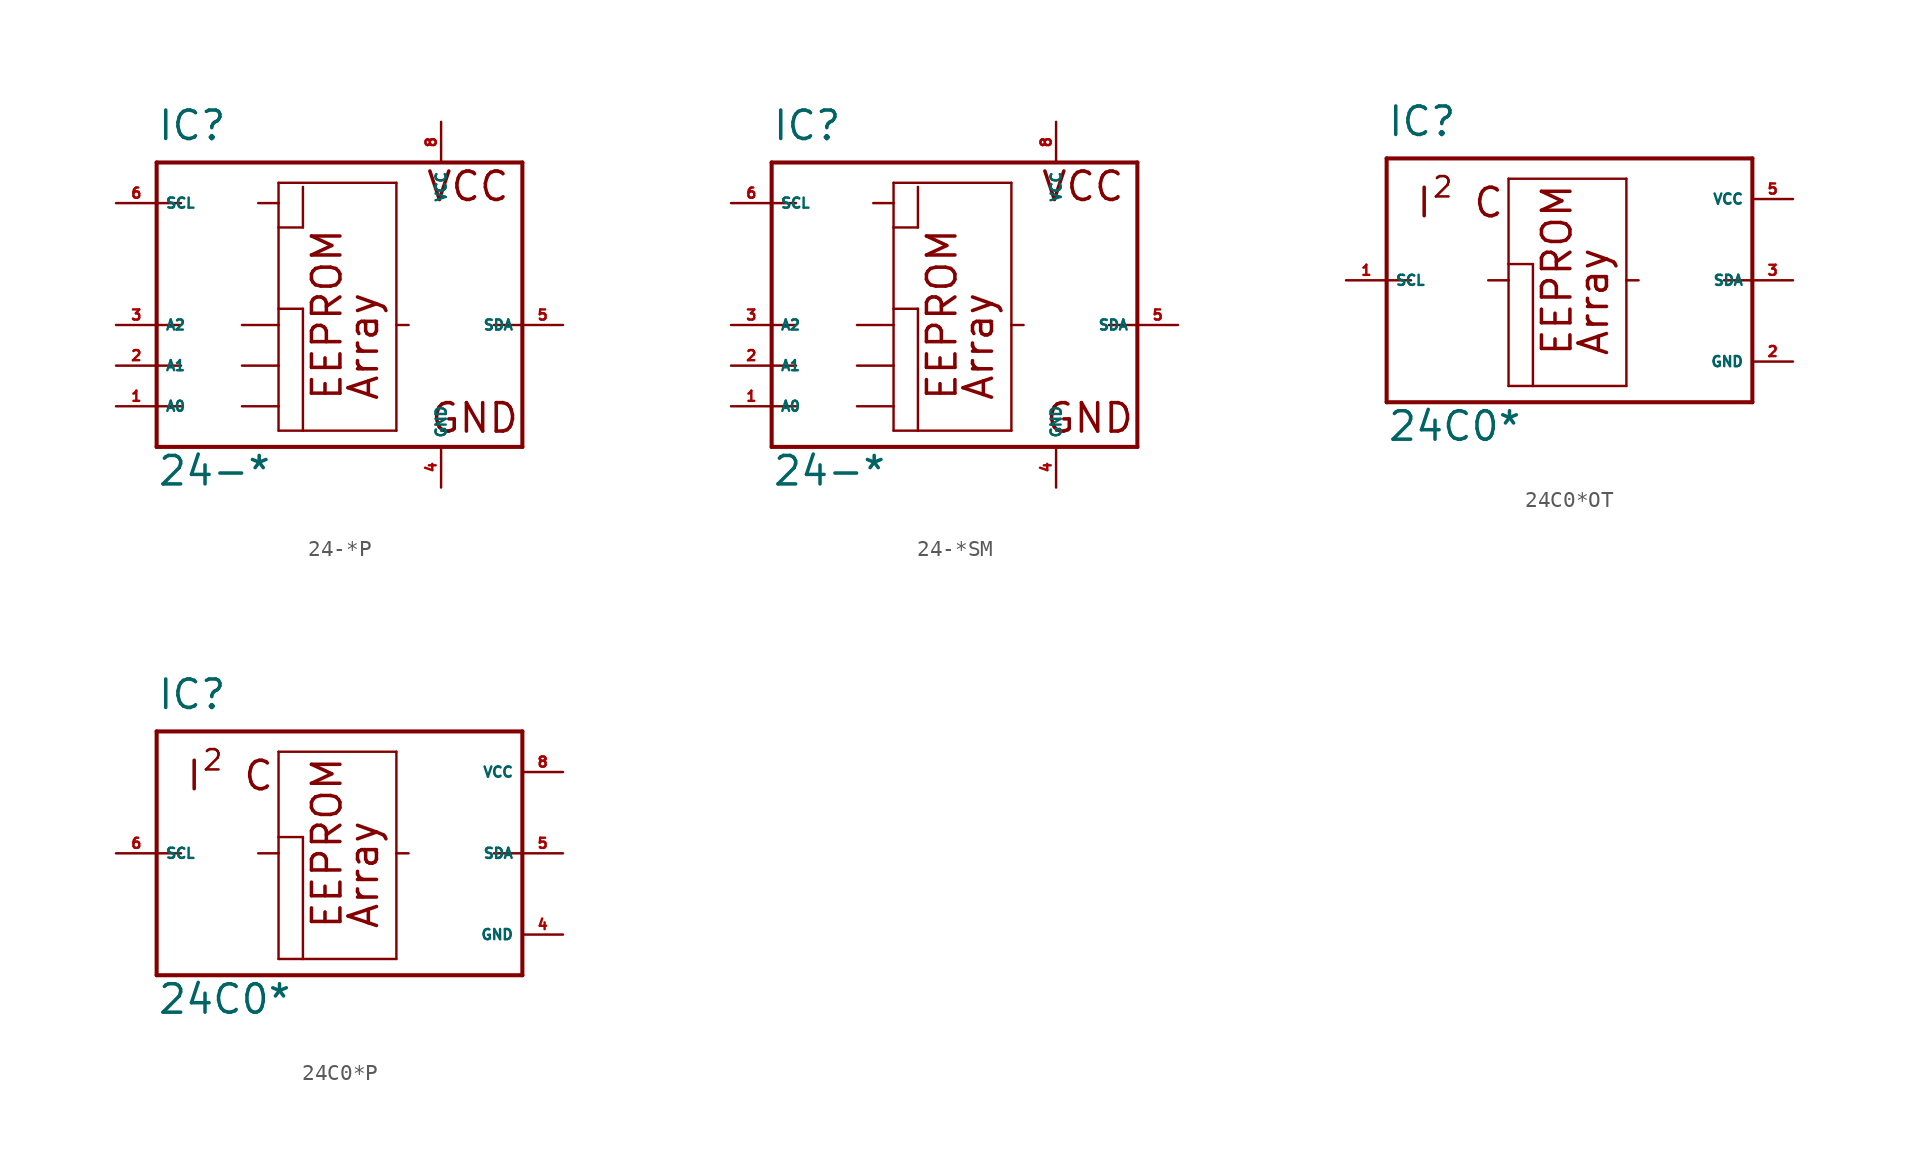
<source format=kicad_sym>
(kicad_symbol_lib
  (version 20220914)
  (generator Eagle2Kicad)
  (symbol "24-*P"
    (property "Reference" "IC"
      (at -10.16 11.43 0)
      (effects (font (size 1.778 1.778) (thickness 0.22)) (justify left bottom)))
    (property "Value" "24-*"
      (at -10.16 -10.16 0)
      (effects (font (size 1.778 1.778) (thickness 0.22)) (justify left bottom)))
    (polyline
      (pts (xy -10.16 10.16) (xy 12.7 10.16))
      (stroke (width 0.254) (type default))
      (fill (type none)))
    (polyline
      (pts (xy 12.7 10.16) (xy 12.7 0))
      (stroke (width 0.254) (type default))
      (fill (type none)))
    (polyline
      (pts (xy 12.7 0) (xy 12.7 -7.62))
      (stroke (width 0.254) (type default))
      (fill (type none)))
    (polyline
      (pts (xy 12.7 -7.62) (xy -10.16 -7.62))
      (stroke (width 0.254) (type default))
      (fill (type none)))
    (polyline
      (pts (xy -10.16 -7.62) (xy -10.16 -5.08))
      (stroke (width 0.254) (type default))
      (fill (type none)))
    (polyline
      (pts (xy -10.16 -5.08) (xy -10.16 -2.54))
      (stroke (width 0.254) (type default))
      (fill (type none)))
    (polyline
      (pts (xy -10.16 -2.54) (xy -10.16 0))
      (stroke (width 0.254) (type default))
      (fill (type none)))
    (polyline
      (pts (xy -10.16 0) (xy -10.16 7.62))
      (stroke (width 0.254) (type default))
      (fill (type none)))
    (polyline
      (pts (xy -10.16 7.62) (xy -10.16 10.16))
      (stroke (width 0.254) (type default))
      (fill (type none)))
    (polyline
      (pts (xy -2.54 8.89) (xy 4.826 8.89))
      (stroke (width 0.152) (type default))
      (fill (type none)))
    (polyline
      (pts (xy 4.826 8.89) (xy 4.826 0))
      (stroke (width 0.152) (type default))
      (fill (type none)))
    (polyline
      (pts (xy 4.826 0) (xy 4.826 -6.604))
      (stroke (width 0.152) (type default))
      (fill (type none)))
    (polyline
      (pts (xy 4.826 -6.604) (xy -1.016 -6.604))
      (stroke (width 0.152) (type default))
      (fill (type none)))
    (polyline
      (pts (xy -1.016 -6.604) (xy -2.54 -6.604))
      (stroke (width 0.152) (type default))
      (fill (type none)))
    (polyline
      (pts (xy -2.54 -6.604) (xy -2.54 -5.08))
      (stroke (width 0.152) (type default))
      (fill (type none)))
    (polyline
      (pts (xy -2.54 -5.08) (xy -2.54 -2.54))
      (stroke (width 0.152) (type default))
      (fill (type none)))
    (polyline
      (pts (xy -2.54 -2.54) (xy -2.54 0))
      (stroke (width 0.152) (type default))
      (fill (type none)))
    (polyline
      (pts (xy -2.54 0) (xy -2.54 1.016))
      (stroke (width 0.152) (type default))
      (fill (type none)))
    (polyline
      (pts (xy -2.54 1.016) (xy -2.54 6.096))
      (stroke (width 0.152) (type default))
      (fill (type none)))
    (polyline
      (pts (xy -2.54 6.096) (xy -2.54 7.62))
      (stroke (width 0.152) (type default))
      (fill (type none)))
    (polyline
      (pts (xy -2.54 7.62) (xy -2.54 8.89))
      (stroke (width 0.152) (type default))
      (fill (type none)))
    (polyline
      (pts (xy -4.826 0) (xy -2.54 0))
      (stroke (width 0.152) (type default))
      (fill (type none)))
    (polyline
      (pts (xy -4.826 -2.54) (xy -2.54 -2.54))
      (stroke (width 0.152) (type default))
      (fill (type none)))
    (polyline
      (pts (xy -4.826 -5.08) (xy -2.54 -5.08))
      (stroke (width 0.152) (type default))
      (fill (type none)))
    (polyline
      (pts (xy -10.16 0) (xy -8.636 0))
      (stroke (width 0.152) (type default))
      (fill (type none)))
    (polyline
      (pts (xy -10.16 -2.54) (xy -8.636 -2.54))
      (stroke (width 0.152) (type default))
      (fill (type none)))
    (polyline
      (pts (xy -10.16 -5.08) (xy -8.636 -5.08))
      (stroke (width 0.152) (type default))
      (fill (type none)))
    (polyline
      (pts (xy -10.16 7.62) (xy -8.636 7.62))
      (stroke (width 0.152) (type default))
      (fill (type none)))
    (polyline
      (pts (xy 12.7 0) (xy 10.922 0))
      (stroke (width 0.152) (type default))
      (fill (type none)))
    (polyline
      (pts (xy 5.588 0) (xy 4.826 0))
      (stroke (width 0.152) (type default))
      (fill (type none)))
    (polyline
      (pts (xy -1.016 8.636) (xy -1.016 6.096))
      (stroke (width 0.152) (type default))
      (fill (type none)))
    (polyline
      (pts (xy -1.016 1.016) (xy -1.016 -6.604))
      (stroke (width 0.152) (type default))
      (fill (type none)))
    (polyline
      (pts (xy -2.54 6.096) (xy -1.016 6.096))
      (stroke (width 0.152) (type default))
      (fill (type none)))
    (polyline
      (pts (xy -3.81 7.62) (xy -2.54 7.62))
      (stroke (width 0.152) (type default))
      (fill (type none)))
    (polyline
      (pts (xy -2.54 1.016) (xy -1.016 1.016))
      (stroke (width 0.152) (type default))
      (fill (type none)))
    (text "Array"
      (at 3.81 -4.826 900)
      (effects (font (size 1.778 1.778) (thickness 0.22)) (justify left bottom)))
    (text "VCC"
      (at 6.604 7.62 0)
      (effects (font (size 1.778 1.778) (thickness 0.22)) (justify left bottom)))
    (text "GND"
      (at 6.858 -6.858 0)
      (effects (font (size 1.778 1.778) (thickness 0.22)) (justify left bottom)))
    (text "EEPROM"
      (at 1.524 -4.826 900)
      (effects (font (size 1.778 1.778) (thickness 0.22)) (justify left bottom)))
    (pin unspecified line
      (at 7.62 12.7 270)
      (length 2.54)
      (name "VCC" (effects (font (size 0.635 0.635) (thickness 0.08)) (justify left bottom)))
      (number "8" (effects (font (size 0.635 0.635) (thickness 0.08)) (justify left bottom))))
    (pin unspecified line
      (at 7.62 -10.16 90)
      (length 2.54)
      (name "GND" (effects (font (size 0.635 0.635) (thickness 0.08)) (justify left bottom)))
      (number "4" (effects (font (size 0.635 0.635) (thickness 0.08)) (justify left bottom))))
    (pin input line
      (at -12.7 7.62 0)
      (length 2.54)
      (name "SCL" (effects (font (size 0.635 0.635) (thickness 0.08)) (justify left bottom)))
      (number "6" (effects (font (size 0.635 0.635) (thickness 0.08)) (justify left bottom))))
    (pin bidirectional line
      (at 15.24 0 180)
      (length 2.54)
      (name "SDA" (effects (font (size 0.635 0.635) (thickness 0.08)) (justify left bottom)))
      (number "5" (effects (font (size 0.635 0.635) (thickness 0.08)) (justify left bottom))))
    (pin input line
      (at -12.7 -5.08 0)
      (length 2.54)
      (name "A0" (effects (font (size 0.635 0.635) (thickness 0.08)) (justify left bottom)))
      (number "1" (effects (font (size 0.635 0.635) (thickness 0.08)) (justify left bottom))))
    (pin input line
      (at -12.7 -2.54 0)
      (length 2.54)
      (name "A1" (effects (font (size 0.635 0.635) (thickness 0.08)) (justify left bottom)))
      (number "2" (effects (font (size 0.635 0.635) (thickness 0.08)) (justify left bottom))))
    (pin input line
      (at -12.7 0 0)
      (length 2.54)
      (name "A2" (effects (font (size 0.635 0.635) (thickness 0.08)) (justify left bottom)))
      (number "3" (effects (font (size 0.635 0.635) (thickness 0.08)) (justify left bottom)))))
  (symbol "24-*SM"
    (property "Reference" "IC"
      (at -10.16 11.43 0)
      (effects (font (size 1.778 1.778) (thickness 0.22)) (justify left bottom)))
    (property "Value" "24-*"
      (at -10.16 -10.16 0)
      (effects (font (size 1.778 1.778) (thickness 0.22)) (justify left bottom)))
    (polyline
      (pts (xy -10.16 10.16) (xy 12.7 10.16))
      (stroke (width 0.254) (type default))
      (fill (type none)))
    (polyline
      (pts (xy 12.7 10.16) (xy 12.7 0))
      (stroke (width 0.254) (type default))
      (fill (type none)))
    (polyline
      (pts (xy 12.7 0) (xy 12.7 -7.62))
      (stroke (width 0.254) (type default))
      (fill (type none)))
    (polyline
      (pts (xy 12.7 -7.62) (xy -10.16 -7.62))
      (stroke (width 0.254) (type default))
      (fill (type none)))
    (polyline
      (pts (xy -10.16 -7.62) (xy -10.16 -5.08))
      (stroke (width 0.254) (type default))
      (fill (type none)))
    (polyline
      (pts (xy -10.16 -5.08) (xy -10.16 -2.54))
      (stroke (width 0.254) (type default))
      (fill (type none)))
    (polyline
      (pts (xy -10.16 -2.54) (xy -10.16 0))
      (stroke (width 0.254) (type default))
      (fill (type none)))
    (polyline
      (pts (xy -10.16 0) (xy -10.16 7.62))
      (stroke (width 0.254) (type default))
      (fill (type none)))
    (polyline
      (pts (xy -10.16 7.62) (xy -10.16 10.16))
      (stroke (width 0.254) (type default))
      (fill (type none)))
    (polyline
      (pts (xy -2.54 8.89) (xy 4.826 8.89))
      (stroke (width 0.152) (type default))
      (fill (type none)))
    (polyline
      (pts (xy 4.826 8.89) (xy 4.826 0))
      (stroke (width 0.152) (type default))
      (fill (type none)))
    (polyline
      (pts (xy 4.826 0) (xy 4.826 -6.604))
      (stroke (width 0.152) (type default))
      (fill (type none)))
    (polyline
      (pts (xy 4.826 -6.604) (xy -1.016 -6.604))
      (stroke (width 0.152) (type default))
      (fill (type none)))
    (polyline
      (pts (xy -1.016 -6.604) (xy -2.54 -6.604))
      (stroke (width 0.152) (type default))
      (fill (type none)))
    (polyline
      (pts (xy -2.54 -6.604) (xy -2.54 -5.08))
      (stroke (width 0.152) (type default))
      (fill (type none)))
    (polyline
      (pts (xy -2.54 -5.08) (xy -2.54 -2.54))
      (stroke (width 0.152) (type default))
      (fill (type none)))
    (polyline
      (pts (xy -2.54 -2.54) (xy -2.54 0))
      (stroke (width 0.152) (type default))
      (fill (type none)))
    (polyline
      (pts (xy -2.54 0) (xy -2.54 1.016))
      (stroke (width 0.152) (type default))
      (fill (type none)))
    (polyline
      (pts (xy -2.54 1.016) (xy -2.54 6.096))
      (stroke (width 0.152) (type default))
      (fill (type none)))
    (polyline
      (pts (xy -2.54 6.096) (xy -2.54 7.62))
      (stroke (width 0.152) (type default))
      (fill (type none)))
    (polyline
      (pts (xy -2.54 7.62) (xy -2.54 8.89))
      (stroke (width 0.152) (type default))
      (fill (type none)))
    (polyline
      (pts (xy -4.826 0) (xy -2.54 0))
      (stroke (width 0.152) (type default))
      (fill (type none)))
    (polyline
      (pts (xy -4.826 -2.54) (xy -2.54 -2.54))
      (stroke (width 0.152) (type default))
      (fill (type none)))
    (polyline
      (pts (xy -4.826 -5.08) (xy -2.54 -5.08))
      (stroke (width 0.152) (type default))
      (fill (type none)))
    (polyline
      (pts (xy -10.16 0) (xy -8.636 0))
      (stroke (width 0.152) (type default))
      (fill (type none)))
    (polyline
      (pts (xy -10.16 -2.54) (xy -8.636 -2.54))
      (stroke (width 0.152) (type default))
      (fill (type none)))
    (polyline
      (pts (xy -10.16 -5.08) (xy -8.636 -5.08))
      (stroke (width 0.152) (type default))
      (fill (type none)))
    (polyline
      (pts (xy -10.16 7.62) (xy -8.636 7.62))
      (stroke (width 0.152) (type default))
      (fill (type none)))
    (polyline
      (pts (xy 12.7 0) (xy 10.922 0))
      (stroke (width 0.152) (type default))
      (fill (type none)))
    (polyline
      (pts (xy 5.588 0) (xy 4.826 0))
      (stroke (width 0.152) (type default))
      (fill (type none)))
    (polyline
      (pts (xy -1.016 8.636) (xy -1.016 6.096))
      (stroke (width 0.152) (type default))
      (fill (type none)))
    (polyline
      (pts (xy -1.016 1.016) (xy -1.016 -6.604))
      (stroke (width 0.152) (type default))
      (fill (type none)))
    (polyline
      (pts (xy -2.54 6.096) (xy -1.016 6.096))
      (stroke (width 0.152) (type default))
      (fill (type none)))
    (polyline
      (pts (xy -3.81 7.62) (xy -2.54 7.62))
      (stroke (width 0.152) (type default))
      (fill (type none)))
    (polyline
      (pts (xy -2.54 1.016) (xy -1.016 1.016))
      (stroke (width 0.152) (type default))
      (fill (type none)))
    (text "Array"
      (at 3.81 -4.826 900)
      (effects (font (size 1.778 1.778) (thickness 0.22)) (justify left bottom)))
    (text "VCC"
      (at 6.604 7.62 0)
      (effects (font (size 1.778 1.778) (thickness 0.22)) (justify left bottom)))
    (text "GND"
      (at 6.858 -6.858 0)
      (effects (font (size 1.778 1.778) (thickness 0.22)) (justify left bottom)))
    (text "EEPROM"
      (at 1.524 -4.826 900)
      (effects (font (size 1.778 1.778) (thickness 0.22)) (justify left bottom)))
    (pin unspecified line
      (at 7.62 12.7 270)
      (length 2.54)
      (name "VCC" (effects (font (size 0.635 0.635) (thickness 0.08)) (justify left bottom)))
      (number "8" (effects (font (size 0.635 0.635) (thickness 0.08)) (justify left bottom))))
    (pin unspecified line
      (at 7.62 -10.16 90)
      (length 2.54)
      (name "GND" (effects (font (size 0.635 0.635) (thickness 0.08)) (justify left bottom)))
      (number "4" (effects (font (size 0.635 0.635) (thickness 0.08)) (justify left bottom))))
    (pin input line
      (at -12.7 7.62 0)
      (length 2.54)
      (name "SCL" (effects (font (size 0.635 0.635) (thickness 0.08)) (justify left bottom)))
      (number "6" (effects (font (size 0.635 0.635) (thickness 0.08)) (justify left bottom))))
    (pin bidirectional line
      (at 15.24 0 180)
      (length 2.54)
      (name "SDA" (effects (font (size 0.635 0.635) (thickness 0.08)) (justify left bottom)))
      (number "5" (effects (font (size 0.635 0.635) (thickness 0.08)) (justify left bottom))))
    (pin input line
      (at -12.7 -5.08 0)
      (length 2.54)
      (name "A0" (effects (font (size 0.635 0.635) (thickness 0.08)) (justify left bottom)))
      (number "1" (effects (font (size 0.635 0.635) (thickness 0.08)) (justify left bottom))))
    (pin input line
      (at -12.7 -2.54 0)
      (length 2.54)
      (name "A1" (effects (font (size 0.635 0.635) (thickness 0.08)) (justify left bottom)))
      (number "2" (effects (font (size 0.635 0.635) (thickness 0.08)) (justify left bottom))))
    (pin input line
      (at -12.7 0 0)
      (length 2.54)
      (name "A2" (effects (font (size 0.635 0.635) (thickness 0.08)) (justify left bottom)))
      (number "3" (effects (font (size 0.635 0.635) (thickness 0.08)) (justify left bottom)))))
  (symbol "24C0*OT"
    (property "Reference" "IC"
      (at -10.16 8.89 0)
      (effects (font (size 1.778 1.778) (thickness 0.22)) (justify left bottom)))
    (property "Value" "24C0*"
      (at -10.16 -10.16 0)
      (effects (font (size 1.778 1.778) (thickness 0.22)) (justify left bottom)))
    (polyline
      (pts (xy -10.16 7.62) (xy 12.7 7.62))
      (stroke (width 0.254) (type default))
      (fill (type none)))
    (polyline
      (pts (xy 12.7 7.62) (xy 12.7 0))
      (stroke (width 0.254) (type default))
      (fill (type none)))
    (polyline
      (pts (xy 12.7 0) (xy 12.7 -7.62))
      (stroke (width 0.254) (type default))
      (fill (type none)))
    (polyline
      (pts (xy 12.7 -7.62) (xy -10.16 -7.62))
      (stroke (width 0.254) (type default))
      (fill (type none)))
    (polyline
      (pts (xy -10.16 -7.62) (xy -10.16 0))
      (stroke (width 0.254) (type default))
      (fill (type none)))
    (polyline
      (pts (xy -10.16 0) (xy -10.16 7.62))
      (stroke (width 0.254) (type default))
      (fill (type none)))
    (polyline
      (pts (xy -2.54 6.35) (xy 4.826 6.35))
      (stroke (width 0.152) (type default))
      (fill (type none)))
    (polyline
      (pts (xy 4.826 6.35) (xy 4.826 0))
      (stroke (width 0.152) (type default))
      (fill (type none)))
    (polyline
      (pts (xy 4.826 0) (xy 4.826 -6.604))
      (stroke (width 0.152) (type default))
      (fill (type none)))
    (polyline
      (pts (xy 4.826 -6.604) (xy -1.016 -6.604))
      (stroke (width 0.152) (type default))
      (fill (type none)))
    (polyline
      (pts (xy -1.016 -6.604) (xy -2.54 -6.604))
      (stroke (width 0.152) (type default))
      (fill (type none)))
    (polyline
      (pts (xy -2.54 -6.604) (xy -2.54 0))
      (stroke (width 0.152) (type default))
      (fill (type none)))
    (polyline
      (pts (xy -2.54 0) (xy -2.54 1.016))
      (stroke (width 0.152) (type default))
      (fill (type none)))
    (polyline
      (pts (xy -2.54 1.016) (xy -2.54 6.35))
      (stroke (width 0.152) (type default))
      (fill (type none)))
    (polyline
      (pts (xy -10.16 0) (xy -8.636 0))
      (stroke (width 0.152) (type default))
      (fill (type none)))
    (polyline
      (pts (xy -3.81 0) (xy -2.54 0))
      (stroke (width 0.152) (type default))
      (fill (type none)))
    (polyline
      (pts (xy 12.7 0) (xy 10.922 0))
      (stroke (width 0.152) (type default))
      (fill (type none)))
    (polyline
      (pts (xy 5.588 0) (xy 4.826 0))
      (stroke (width 0.152) (type default))
      (fill (type none)))
    (polyline
      (pts (xy -2.54 1.016) (xy -1.016 1.016))
      (stroke (width 0.152) (type default))
      (fill (type none)))
    (polyline
      (pts (xy -1.016 1.016) (xy -1.016 -6.604))
      (stroke (width 0.152) (type default))
      (fill (type none)))
    (text "Array"
      (at 3.81 -4.826 900)
      (effects (font (size 1.778 1.778) (thickness 0.22)) (justify left bottom)))
    (text "EEPROM"
      (at 1.524 -4.826 900)
      (effects (font (size 1.778 1.778) (thickness 0.22)) (justify left bottom)))
    (text "I  C"
      (at -8.382 3.81 0)
      (effects (font (size 1.778 1.778) (thickness 0.22)) (justify left bottom)))
    (text "2"
      (at -7.366 5.08 0)
      (effects (font (size 1.27 1.27) (thickness 0.16)) (justify left bottom)))
    (pin unspecified line
      (at 15.24 5.08 180)
      (length 2.54)
      (name "VCC" (effects (font (size 0.635 0.635) (thickness 0.08)) (justify left bottom)))
      (number "5" (effects (font (size 0.635 0.635) (thickness 0.08)) (justify left bottom))))
    (pin unspecified line
      (at 15.24 -5.08 180)
      (length 2.54)
      (name "GND" (effects (font (size 0.635 0.635) (thickness 0.08)) (justify left bottom)))
      (number "2" (effects (font (size 0.635 0.635) (thickness 0.08)) (justify left bottom))))
    (pin input line
      (at -12.7 0 0)
      (length 2.54)
      (name "SCL" (effects (font (size 0.635 0.635) (thickness 0.08)) (justify left bottom)))
      (number "1" (effects (font (size 0.635 0.635) (thickness 0.08)) (justify left bottom))))
    (pin bidirectional line
      (at 15.24 0 180)
      (length 2.54)
      (name "SDA" (effects (font (size 0.635 0.635) (thickness 0.08)) (justify left bottom)))
      (number "3" (effects (font (size 0.635 0.635) (thickness 0.08)) (justify left bottom)))))
  (symbol "24C0*P"
    (property "Reference" "IC"
      (at -10.16 8.89 0)
      (effects (font (size 1.778 1.778) (thickness 0.22)) (justify left bottom)))
    (property "Value" "24C0*"
      (at -10.16 -10.16 0)
      (effects (font (size 1.778 1.778) (thickness 0.22)) (justify left bottom)))
    (polyline
      (pts (xy -10.16 7.62) (xy 12.7 7.62))
      (stroke (width 0.254) (type default))
      (fill (type none)))
    (polyline
      (pts (xy 12.7 7.62) (xy 12.7 0))
      (stroke (width 0.254) (type default))
      (fill (type none)))
    (polyline
      (pts (xy 12.7 0) (xy 12.7 -7.62))
      (stroke (width 0.254) (type default))
      (fill (type none)))
    (polyline
      (pts (xy 12.7 -7.62) (xy -10.16 -7.62))
      (stroke (width 0.254) (type default))
      (fill (type none)))
    (polyline
      (pts (xy -10.16 -7.62) (xy -10.16 0))
      (stroke (width 0.254) (type default))
      (fill (type none)))
    (polyline
      (pts (xy -10.16 0) (xy -10.16 7.62))
      (stroke (width 0.254) (type default))
      (fill (type none)))
    (polyline
      (pts (xy -2.54 6.35) (xy 4.826 6.35))
      (stroke (width 0.152) (type default))
      (fill (type none)))
    (polyline
      (pts (xy 4.826 6.35) (xy 4.826 0))
      (stroke (width 0.152) (type default))
      (fill (type none)))
    (polyline
      (pts (xy 4.826 0) (xy 4.826 -6.604))
      (stroke (width 0.152) (type default))
      (fill (type none)))
    (polyline
      (pts (xy 4.826 -6.604) (xy -1.016 -6.604))
      (stroke (width 0.152) (type default))
      (fill (type none)))
    (polyline
      (pts (xy -1.016 -6.604) (xy -2.54 -6.604))
      (stroke (width 0.152) (type default))
      (fill (type none)))
    (polyline
      (pts (xy -2.54 -6.604) (xy -2.54 0))
      (stroke (width 0.152) (type default))
      (fill (type none)))
    (polyline
      (pts (xy -2.54 0) (xy -2.54 1.016))
      (stroke (width 0.152) (type default))
      (fill (type none)))
    (polyline
      (pts (xy -2.54 1.016) (xy -2.54 6.35))
      (stroke (width 0.152) (type default))
      (fill (type none)))
    (polyline
      (pts (xy -10.16 0) (xy -8.636 0))
      (stroke (width 0.152) (type default))
      (fill (type none)))
    (polyline
      (pts (xy -3.81 0) (xy -2.54 0))
      (stroke (width 0.152) (type default))
      (fill (type none)))
    (polyline
      (pts (xy 12.7 0) (xy 10.922 0))
      (stroke (width 0.152) (type default))
      (fill (type none)))
    (polyline
      (pts (xy 5.588 0) (xy 4.826 0))
      (stroke (width 0.152) (type default))
      (fill (type none)))
    (polyline
      (pts (xy -2.54 1.016) (xy -1.016 1.016))
      (stroke (width 0.152) (type default))
      (fill (type none)))
    (polyline
      (pts (xy -1.016 1.016) (xy -1.016 -6.604))
      (stroke (width 0.152) (type default))
      (fill (type none)))
    (text "Array"
      (at 3.81 -4.826 900)
      (effects (font (size 1.778 1.778) (thickness 0.22)) (justify left bottom)))
    (text "EEPROM"
      (at 1.524 -4.826 900)
      (effects (font (size 1.778 1.778) (thickness 0.22)) (justify left bottom)))
    (text "I  C"
      (at -8.382 3.81 0)
      (effects (font (size 1.778 1.778) (thickness 0.22)) (justify left bottom)))
    (text "2"
      (at -7.366 5.08 0)
      (effects (font (size 1.27 1.27) (thickness 0.16)) (justify left bottom)))
    (pin unspecified line
      (at 15.24 5.08 180)
      (length 2.54)
      (name "VCC" (effects (font (size 0.635 0.635) (thickness 0.08)) (justify left bottom)))
      (number "8" (effects (font (size 0.635 0.635) (thickness 0.08)) (justify left bottom))))
    (pin unspecified line
      (at 15.24 -5.08 180)
      (length 2.54)
      (name "GND" (effects (font (size 0.635 0.635) (thickness 0.08)) (justify left bottom)))
      (number "4" (effects (font (size 0.635 0.635) (thickness 0.08)) (justify left bottom))))
    (pin input line
      (at -12.7 0 0)
      (length 2.54)
      (name "SCL" (effects (font (size 0.635 0.635) (thickness 0.08)) (justify left bottom)))
      (number "6" (effects (font (size 0.635 0.635) (thickness 0.08)) (justify left bottom))))
    (pin bidirectional line
      (at 15.24 0 180)
      (length 2.54)
      (name "SDA" (effects (font (size 0.635 0.635) (thickness 0.08)) (justify left bottom)))
      (number "5" (effects (font (size 0.635 0.635) (thickness 0.08)) (justify left bottom))))))
</source>
